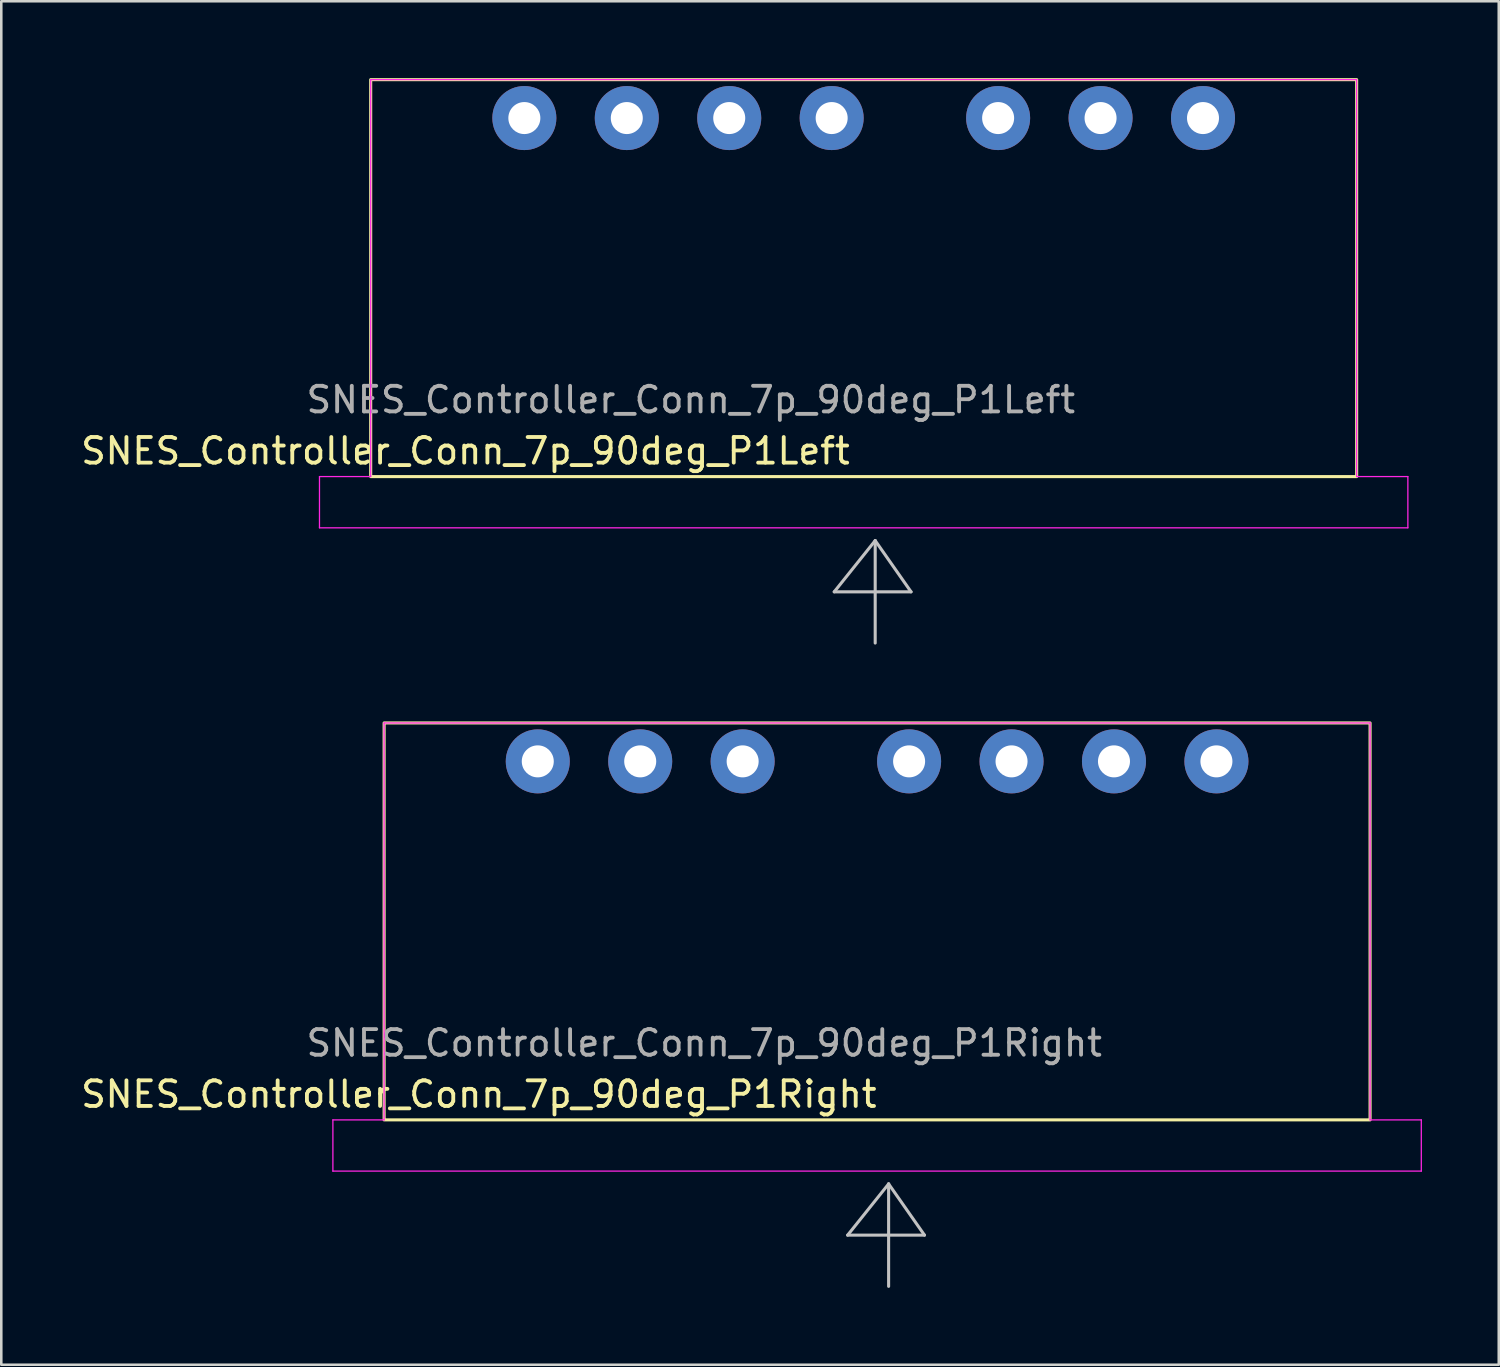
<source format=kicad_pcb>
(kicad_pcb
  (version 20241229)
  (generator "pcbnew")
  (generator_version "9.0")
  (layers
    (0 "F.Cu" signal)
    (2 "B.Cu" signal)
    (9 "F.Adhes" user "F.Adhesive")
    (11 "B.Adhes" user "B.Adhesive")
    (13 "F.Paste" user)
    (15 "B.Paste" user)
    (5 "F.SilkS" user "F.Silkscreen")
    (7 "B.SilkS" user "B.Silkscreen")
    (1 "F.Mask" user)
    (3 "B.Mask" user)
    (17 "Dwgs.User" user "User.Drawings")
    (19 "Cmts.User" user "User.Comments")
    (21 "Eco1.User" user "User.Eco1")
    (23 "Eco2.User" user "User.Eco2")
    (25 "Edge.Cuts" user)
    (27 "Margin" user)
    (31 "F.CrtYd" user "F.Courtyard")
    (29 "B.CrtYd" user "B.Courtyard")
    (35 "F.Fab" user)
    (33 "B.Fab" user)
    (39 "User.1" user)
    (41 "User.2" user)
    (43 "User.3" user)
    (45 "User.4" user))
  (footprint "SNES_Controller_Conn_7p_90deg_P1Left"
    (layer "F.Cu")
    (at 17.325 14.76)
    (property "Reference" "SNES_Controller_Conn_7p_90deg_P1Left" (at -2.2 -0.2 0) (unlocked yes) (layer "F.SilkS") (effects (font (size 1 1) (thickness 0.15))))
    (attr smd)
    (fp_rect (start -5.9 -14.7) (end 32.6 0.8) (stroke (width 0.12) (type solid)) (fill no) (layer "F.SilkS"))
    (fp_line (start 12.2 5.3) (end 13.8 3.3) (stroke (width 0.12) (type solid)) (layer "Dwgs.User"))
    (fp_line (start 13.8 3.3) (end 15.2 5.3) (stroke (width 0.12) (type solid)) (layer "Dwgs.User"))
    (fp_line (start 13.8 7.3) (end 13.8 3.3) (stroke (width 0.12) (type solid)) (layer "Dwgs.User"))
    (fp_line (start 15.2 5.3) (end 12.2 5.3) (stroke (width 0.12) (type solid)) (layer "Dwgs.User"))
    (fp_line (start -7.9 0.8) (end -5.9 0.8) (stroke (width 0.05) (type solid)) (layer "F.CrtYd"))
    (fp_line (start -7.9 2.8) (end -7.9 0.8) (stroke (width 0.05) (type solid)) (layer "F.CrtYd"))
    (fp_line (start -5.9 -14.7) (end 32.6 -14.7) (stroke (width 0.05) (type solid)) (layer "F.CrtYd"))
    (fp_line (start -5.9 0.8) (end -5.9 -14.7) (stroke (width 0.05) (type solid)) (layer "F.CrtYd"))
    (fp_line (start 32.6 -14.7) (end 32.6 0.8) (stroke (width 0.05) (type solid)) (layer "F.CrtYd"))
    (fp_line (start 32.6 0.8) (end 34.6 0.8) (stroke (width 0.05) (type solid)) (layer "F.CrtYd"))
    (fp_line (start 34.6 0.8) (end 34.6 2.8) (stroke (width 0.05) (type solid)) (layer "F.CrtYd"))
    (fp_line (start 34.6 2.8) (end -7.9 2.8) (stroke (width 0.05) (type solid)) (layer "F.CrtYd"))
    (fp_text user "${REFERENCE}" (at 6.6 -2.2 0) (unlocked yes) (layer "F.Fab") (effects (font (size 1 1) (thickness 0.15))))
    (pad "1" thru_hole circle (at 0.1 -13.2) (size 2.5 2.5) (drill 1.25) (layers "*.Cu" "*.Mask"))
    (pad "2" thru_hole circle (at 4.1 -13.2) (size 2.5 2.5) (drill 1.25) (layers "*.Cu" "*.Mask"))
    (pad "3" thru_hole circle (at 8.1 -13.2) (size 2.5 2.5) (drill 1.25) (layers "*.Cu" "*.Mask"))
    (pad "4" thru_hole circle (at 12.1 -13.2) (size 2.5 2.5) (drill 1.25) (layers "*.Cu" "*.Mask"))
    (pad "5" thru_hole circle (at 18.6 -13.2) (size 2.5 2.5) (drill 1.25) (layers "*.Cu" "*.Mask"))
    (pad "6" thru_hole circle (at 22.6 -13.2) (size 2.5 2.5) (drill 1.25) (layers "*.Cu" "*.Mask"))
    (pad "7" thru_hole circle (at 26.6 -13.2) (size 2.5 2.5) (drill 1.25) (layers "*.Cu" "*.Mask")))
  (footprint "SNES_Controller_Conn_7p_90deg_P1Right"
    (layer "F.Cu")
    (at 17.849 39.88)
    (property "Reference" "SNES_Controller_Conn_7p_90deg_P1Right" (at -2.2 -0.2 0) (unlocked yes) (layer "F.SilkS") (effects (font (size 1 1) (thickness 0.15))))
    (attr smd)
    (fp_rect (start -5.9 -14.7) (end 32.6 0.8) (stroke (width 0.12) (type solid)) (fill no) (layer "F.SilkS"))
    (fp_line (start 12.2 5.3) (end 13.8 3.3) (stroke (width 0.12) (type solid)) (layer "Dwgs.User"))
    (fp_line (start 13.8 3.3) (end 15.2 5.3) (stroke (width 0.12) (type solid)) (layer "Dwgs.User"))
    (fp_line (start 13.8 7.3) (end 13.8 3.3) (stroke (width 0.12) (type solid)) (layer "Dwgs.User"))
    (fp_line (start 15.2 5.3) (end 12.2 5.3) (stroke (width 0.12) (type solid)) (layer "Dwgs.User"))
    (fp_line (start -7.9 0.8) (end -5.9 0.8) (stroke (width 0.05) (type solid)) (layer "F.CrtYd"))
    (fp_line (start -7.9 2.8) (end -7.9 0.8) (stroke (width 0.05) (type solid)) (layer "F.CrtYd"))
    (fp_line (start -5.9 -14.7) (end 32.6 -14.7) (stroke (width 0.05) (type solid)) (layer "F.CrtYd"))
    (fp_line (start -5.9 0.8) (end -5.9 -14.7) (stroke (width 0.05) (type solid)) (layer "F.CrtYd"))
    (fp_line (start 32.6 -14.7) (end 32.6 0.8) (stroke (width 0.05) (type solid)) (layer "F.CrtYd"))
    (fp_line (start 32.6 0.8) (end 34.6 0.8) (stroke (width 0.05) (type solid)) (layer "F.CrtYd"))
    (fp_line (start 34.6 0.8) (end 34.6 2.8) (stroke (width 0.05) (type solid)) (layer "F.CrtYd"))
    (fp_line (start 34.6 2.8) (end -7.9 2.8) (stroke (width 0.05) (type solid)) (layer "F.CrtYd"))
    (fp_text user "${REFERENCE}" (at 6.6 -2.2 0) (unlocked yes) (layer "F.Fab") (effects (font (size 1 1) (thickness 0.15))))
    (pad "1" thru_hole circle (at 26.6 -13.2 180) (size 2.5 2.5) (drill 1.25) (layers "*.Cu" "*.Mask"))
    (pad "2" thru_hole circle (at 22.6 -13.2 180) (size 2.5 2.5) (drill 1.25) (layers "*.Cu" "*.Mask"))
    (pad "3" thru_hole circle (at 18.6 -13.2 180) (size 2.5 2.5) (drill 1.25) (layers "*.Cu" "*.Mask"))
    (pad "4" thru_hole circle (at 14.6 -13.2 180) (size 2.5 2.5) (drill 1.25) (layers "*.Cu" "*.Mask"))
    (pad "5" thru_hole circle (at 8.1 -13.2 180) (size 2.5 2.5) (drill 1.25) (layers "*.Cu" "*.Mask"))
    (pad "6" thru_hole circle (at 4.1 -13.2 180) (size 2.5 2.5) (drill 1.25) (layers "*.Cu" "*.Mask"))
    (pad "7" thru_hole circle (at 0.1 -13.2 180) (size 2.5 2.5) (drill 1.25) (layers "*.Cu" "*.Mask")))
  (gr_rect
    (start -3 -3)
    (end 55.474 50.24)
    (stroke (width 0.1) (type default))
    (fill no)
    (layer "Edge.Cuts")))
</source>
